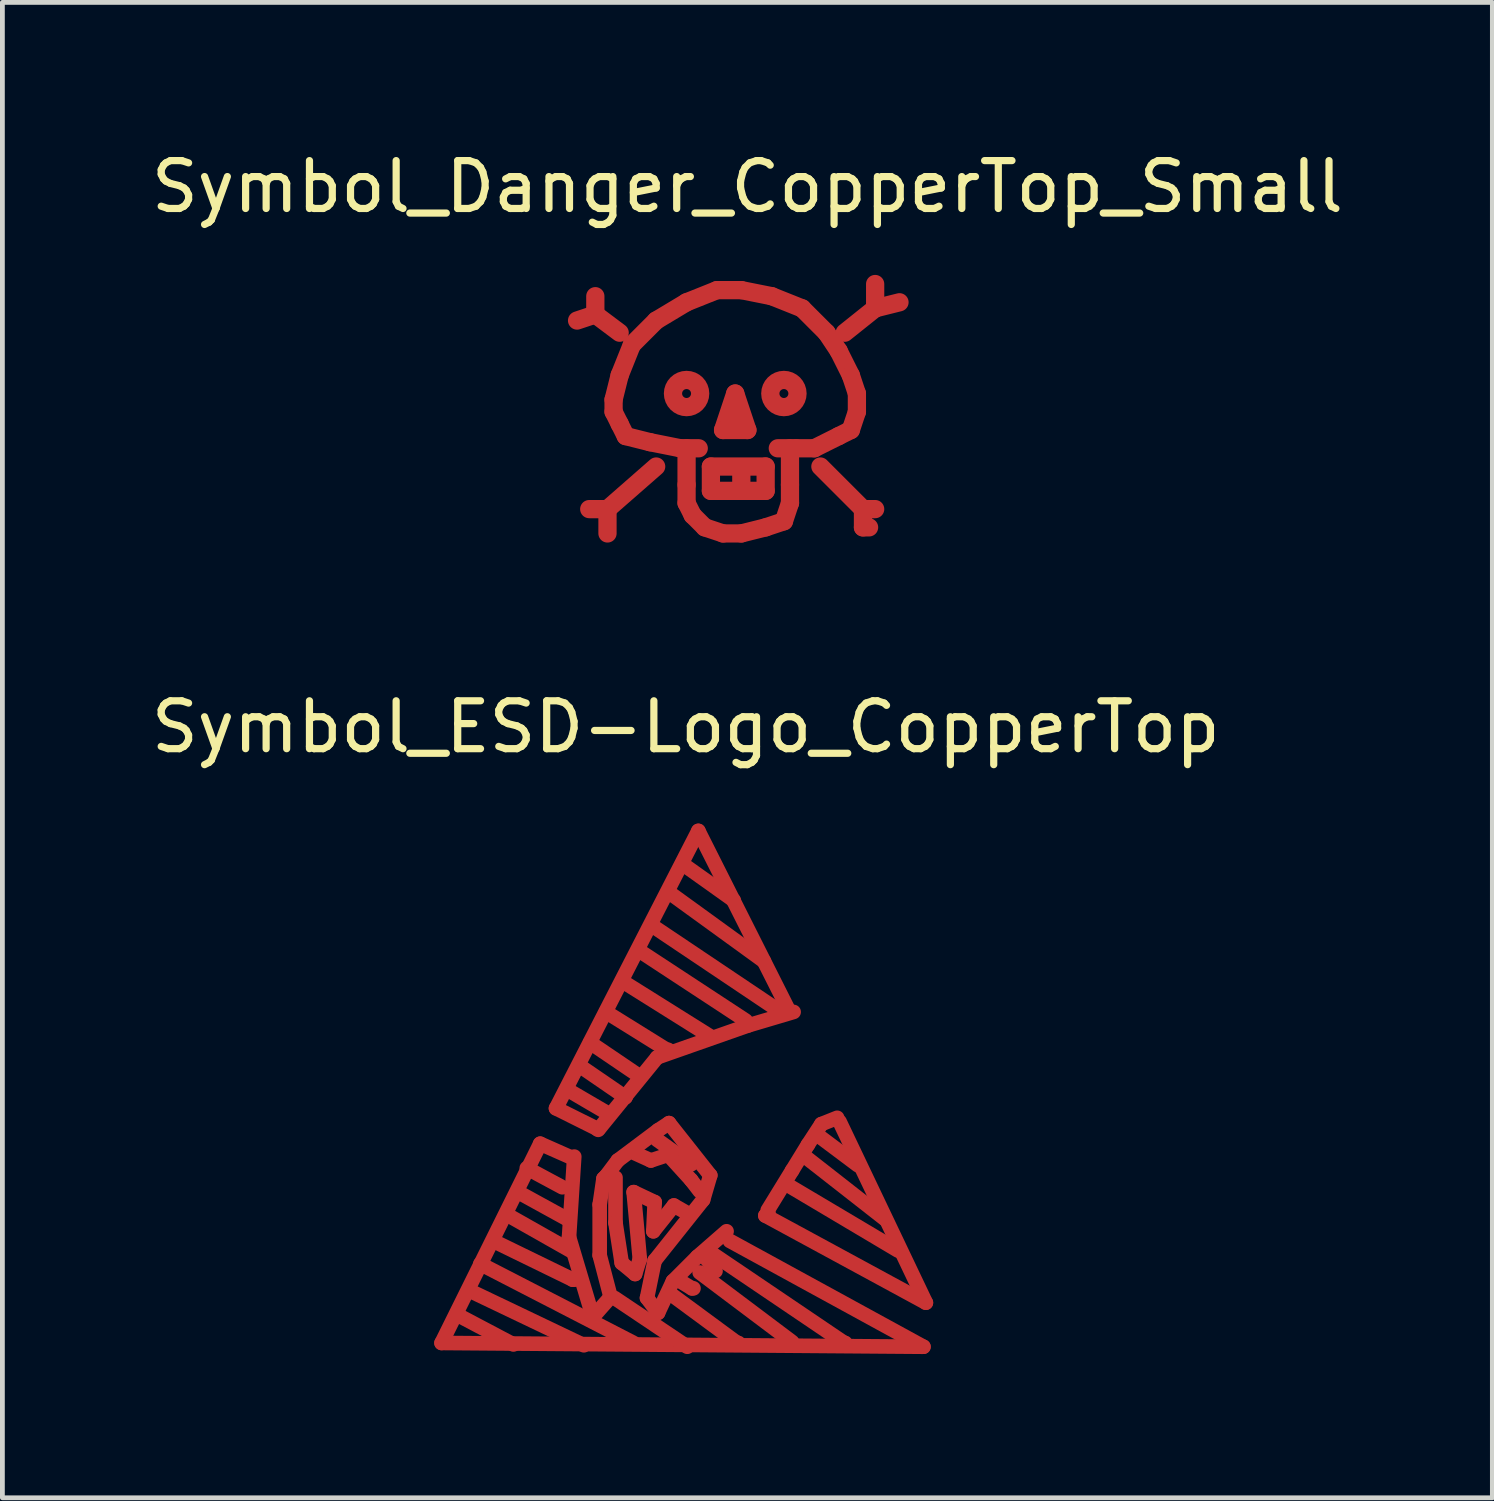
<source format=kicad_pcb>
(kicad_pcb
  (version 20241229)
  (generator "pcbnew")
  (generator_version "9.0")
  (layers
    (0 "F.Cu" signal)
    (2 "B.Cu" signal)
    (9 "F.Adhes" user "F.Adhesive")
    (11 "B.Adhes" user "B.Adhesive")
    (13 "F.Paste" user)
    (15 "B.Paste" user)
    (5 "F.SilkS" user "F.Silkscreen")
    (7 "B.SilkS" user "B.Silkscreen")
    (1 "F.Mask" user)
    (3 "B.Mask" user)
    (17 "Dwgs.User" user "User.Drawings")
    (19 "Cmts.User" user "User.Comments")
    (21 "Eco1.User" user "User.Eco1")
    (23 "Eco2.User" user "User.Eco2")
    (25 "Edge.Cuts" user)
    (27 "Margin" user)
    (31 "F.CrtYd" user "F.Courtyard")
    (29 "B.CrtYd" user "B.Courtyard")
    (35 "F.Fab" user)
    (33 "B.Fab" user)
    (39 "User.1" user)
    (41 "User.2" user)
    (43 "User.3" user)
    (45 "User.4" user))
  (footprint "Symbol_ESD-Logo_CopperTop"
    (layer "F.Cu")
    (at 11.319 21.676)
    (property "Reference" "Symbol_ESD-Logo_CopperTop" (at -0.051 -9.55 0) (layer "F.SilkS") (effects (font (size 1 1) (thickness 0.15))))
    (attr exclude_from_pos_files exclude_from_bom)
    (fp_line (start -5.151 3.312) (end 4.91 3.391) (stroke (width 0.305) (type solid)) (layer "F.Cu"))
    (fp_line (start -4.77 2.751) (end -3.65 3.343) (stroke (width 0.305) (type solid)) (layer "F.Cu"))
    (fp_line (start -4.559 2.223) (end -2.179 3.36) (stroke (width 0.305) (type solid)) (layer "F.Cu"))
    (fp_line (start -4.341 1.661) (end -1.14 3.312) (stroke (width 0.305) (type solid)) (layer "F.Cu"))
    (fp_line (start -4.031 1.201) (end -2.41 1.991) (stroke (width 0.305) (type solid)) (layer "F.Cu"))
    (fp_line (start -3.749 0.653) (end -2.461 1.382) (stroke (width 0.305) (type solid)) (layer "F.Cu"))
    (fp_line (start -3.551 0.163) (end -2.479 0.752) (stroke (width 0.305) (type solid)) (layer "F.Cu"))
    (fp_line (start -3.371 -0.338) (end -2.629 0.061) (stroke (width 0.305) (type solid)) (layer "F.Cu"))
    (fp_line (start -3.091 -0.848) (end -5.151 3.312) (stroke (width 0.305) (type solid)) (layer "F.Cu"))
    (fp_line (start -2.761 -1.587) (end -1.9 -1.158) (stroke (width 0.305) (type solid)) (layer "F.Cu"))
    (fp_line (start -2.51 -1.968) (end -1.689 -1.488) (stroke (width 0.305) (type solid)) (layer "F.Cu"))
    (fp_line (start -2.489 1.102) (end -1.991 2.771) (stroke (width 0.305) (type solid)) (layer "F.Cu"))
    (fp_line (start -2.461 -0.569) (end -3.091 -0.848) (stroke (width 0.305) (type solid)) (layer "F.Cu"))
    (fp_line (start -2.41 1.991) (end -2.38 1.991) (stroke (width 0.305) (type solid)) (layer "F.Cu"))
    (fp_line (start -2.38 -0.579) (end -2.489 1.102) (stroke (width 0.305) (type solid)) (layer "F.Cu"))
    (fp_line (start -2.23 -2.449) (end -1.311 -1.819) (stroke (width 0.305) (type solid)) (layer "F.Cu"))
    (fp_line (start -2.05 -2.959) (end -1.031 -2.268) (stroke (width 0.305) (type solid)) (layer "F.Cu"))
    (fp_line (start -1.991 2.771) (end -1.621 2.352) (stroke (width 0.305) (type solid)) (layer "F.Cu"))
    (fp_line (start -1.9 -1.158) (end -1.869 -1.158) (stroke (width 0.305) (type solid)) (layer "F.Cu"))
    (fp_line (start -1.849 0.422) (end -1.77 -0.119) (stroke (width 0.305) (type solid)) (layer "F.Cu"))
    (fp_line (start -1.849 1.481) (end -1.849 0.422) (stroke (width 0.305) (type solid)) (layer "F.Cu"))
    (fp_line (start -1.77 -0.119) (end -1.72 -0.168) (stroke (width 0.305) (type solid)) (layer "F.Cu"))
    (fp_line (start -1.72 -3.599) (end -0.45 -2.809) (stroke (width 0.305) (type solid)) (layer "F.Cu"))
    (fp_line (start -1.72 -0.168) (end -1.471 -0.498) (stroke (width 0.305) (type solid)) (layer "F.Cu"))
    (fp_line (start -1.621 2.352) (end -1.849 1.481) (stroke (width 0.305) (type solid)) (layer "F.Cu"))
    (fp_line (start -1.539 2.372) (end -0.02 3.391) (stroke (width 0.305) (type solid)) (layer "F.Cu"))
    (fp_line (start -1.519 -0.14) (end -1.519 0.803) (stroke (width 0.305) (type solid)) (layer "F.Cu"))
    (fp_line (start -1.519 0.803) (end -1.389 1.641) (stroke (width 0.305) (type solid)) (layer "F.Cu"))
    (fp_line (start -1.471 -0.498) (end -0.63 -1.128) (stroke (width 0.305) (type solid)) (layer "F.Cu"))
    (fp_line (start -1.389 1.641) (end -1.11 1.872) (stroke (width 0.305) (type solid)) (layer "F.Cu"))
    (fp_line (start -1.359 -4.229) (end 0.46 -3.089) (stroke (width 0.305) (type solid)) (layer "F.Cu"))
    (fp_line (start -1.311 -1.819) (end -1.311 -1.839) (stroke (width 0.305) (type solid)) (layer "F.Cu"))
    (fp_line (start -1.14 0.163) (end -0.701 0.371) (stroke (width 0.305) (type solid)) (layer "F.Cu"))
    (fp_line (start -1.11 -0.648) (end -0.78 -0.498) (stroke (width 0.305) (type solid)) (layer "F.Cu"))
    (fp_line (start -1.11 1.872) (end -1.011 1.562) (stroke (width 0.305) (type solid)) (layer "F.Cu"))
    (fp_line (start -1.011 -4.869) (end 1.199 -3.419) (stroke (width 0.305) (type solid)) (layer "F.Cu"))
    (fp_line (start -1.011 1.562) (end -1.14 0.163) (stroke (width 0.305) (type solid)) (layer "F.Cu"))
    (fp_line (start -0.861 2.372) (end -0.63 2.682) (stroke (width 0.305) (type solid)) (layer "F.Cu"))
    (fp_line (start -0.78 -0.498) (end -0.419 -0.617) (stroke (width 0.305) (type solid)) (layer "F.Cu"))
    (fp_line (start -0.749 -5.397) (end 1.859 -3.647) (stroke (width 0.305) (type solid)) (layer "F.Cu"))
    (fp_line (start -0.729 0.98) (end -0.3 0.442) (stroke (width 0.305) (type solid)) (layer "F.Cu"))
    (fp_line (start -0.701 0.371) (end -0.729 0.98) (stroke (width 0.305) (type solid)) (layer "F.Cu"))
    (fp_line (start -0.701 1.593) (end -0.861 2.372) (stroke (width 0.305) (type solid)) (layer "F.Cu"))
    (fp_line (start -0.65 -2.649) (end -1.88 -1.138) (stroke (width 0.305) (type solid)) (layer "F.Cu"))
    (fp_line (start -0.65 -0.93) (end 0.061 -0.419) (stroke (width 0.305) (type solid)) (layer "F.Cu"))
    (fp_line (start -0.63 -1.128) (end -0.401 -1.278) (stroke (width 0.305) (type solid)) (layer "F.Cu"))
    (fp_line (start -0.63 2.682) (end -0.32 2.022) (stroke (width 0.305) (type solid)) (layer "F.Cu"))
    (fp_line (start -0.45 -2.809) (end -0.419 -2.809) (stroke (width 0.305) (type solid)) (layer "F.Cu"))
    (fp_line (start -0.419 -0.617) (end 0.061 -0.089) (stroke (width 0.305) (type solid)) (layer "F.Cu"))
    (fp_line (start -0.401 -1.278) (end 0.46 -0.188) (stroke (width 0.305) (type solid)) (layer "F.Cu"))
    (fp_line (start -0.351 -6.058) (end 1.58 -4.658) (stroke (width 0.305) (type solid)) (layer "F.Cu"))
    (fp_line (start -0.351 2.301) (end 1.021 3.312) (stroke (width 0.305) (type solid)) (layer "F.Cu"))
    (fp_line (start -0.32 2.022) (end 0.191 1.511) (stroke (width 0.305) (type solid)) (layer "F.Cu"))
    (fp_line (start -0.3 0.442) (end -0.071 0.572) (stroke (width 0.305) (type solid)) (layer "F.Cu"))
    (fp_line (start -0.221 1.991) (end 0.079 2.172) (stroke (width 0.305) (type solid)) (layer "F.Cu"))
    (fp_line (start -0.089 -6.668) (end 0.95 -5.928) (stroke (width 0.305) (type solid)) (layer "F.Cu"))
    (fp_line (start 0.061 -0.089) (end 0.239 0.142) (stroke (width 0.305) (type solid)) (layer "F.Cu"))
    (fp_line (start 0.079 2.172) (end 0.109 2.172) (stroke (width 0.305) (type solid)) (layer "F.Cu"))
    (fp_line (start 0.191 1.511) (end 0.8 0.98) (stroke (width 0.305) (type solid)) (layer "F.Cu"))
    (fp_line (start 0.211 -7.379) (end -2.761 -1.587) (stroke (width 0.305) (type solid)) (layer "F.Cu"))
    (fp_line (start 0.239 1.841) (end 2.169 3.292) (stroke (width 0.305) (type solid)) (layer "F.Cu"))
    (fp_line (start 0.31 0.323) (end -0.701 1.593) (stroke (width 0.305) (type solid)) (layer "F.Cu"))
    (fp_line (start 0.31 1.46) (end 0.569 1.811) (stroke (width 0.305) (type solid)) (layer "F.Cu"))
    (fp_line (start 0.46 -0.188) (end 0.31 0.323) (stroke (width 0.305) (type solid)) (layer "F.Cu"))
    (fp_line (start 0.521 1.46) (end 3.259 3.312) (stroke (width 0.305) (type solid)) (layer "F.Cu"))
    (fp_line (start 1.021 3.312) (end 1.049 3.312) (stroke (width 0.305) (type solid)) (layer "F.Cu"))
    (fp_line (start 1.25 -3.317) (end -0.65 -2.649) (stroke (width 0.305) (type solid)) (layer "F.Cu"))
    (fp_line (start 1.61 0.653) (end 1.679 0.622) (stroke (width 0.305) (type solid)) (layer "F.Cu"))
    (fp_line (start 1.659 0.541) (end 2.169 -0.29) (stroke (width 0.305) (type solid)) (layer "F.Cu"))
    (fp_line (start 2.09 -3.647) (end 0.211 -7.379) (stroke (width 0.305) (type solid)) (layer "F.Cu"))
    (fp_line (start 2.121 0.041) (end 4.379 1.382) (stroke (width 0.305) (type solid)) (layer "F.Cu"))
    (fp_line (start 2.169 -0.29) (end 2.499 -0.828) (stroke (width 0.305) (type solid)) (layer "F.Cu"))
    (fp_line (start 2.2 -3.599) (end 1.25 -3.317) (stroke (width 0.305) (type solid)) (layer "F.Cu"))
    (fp_line (start 2.451 -0.569) (end 4.1 0.721) (stroke (width 0.305) (type solid)) (layer "F.Cu"))
    (fp_line (start 2.499 -0.828) (end 2.779 -1.257) (stroke (width 0.305) (type solid)) (layer "F.Cu"))
    (fp_line (start 2.7 -1.029) (end 3.541 -0.399) (stroke (width 0.305) (type solid)) (layer "F.Cu"))
    (fp_line (start 2.779 -1.257) (end 3.109 -1.389) (stroke (width 0.305) (type solid)) (layer "F.Cu"))
    (fp_line (start 3.16 -1.308) (end 4.961 2.471) (stroke (width 0.305) (type solid)) (layer "F.Cu"))
    (fp_line (start 3.259 3.312) (end 3.279 3.312) (stroke (width 0.305) (type solid)) (layer "F.Cu"))
    (fp_line (start 4.91 3.391) (end 0.869 1.181) (stroke (width 0.305) (type solid)) (layer "F.Cu"))
    (fp_line (start 4.961 2.471) (end 1.61 0.653) (stroke (width 0.305) (type solid)) (layer "F.Cu")))
  (footprint "Symbol_Danger_CopperTop_Small"
    (layer "F.Cu")
    (at 12.3 5.547)
    (property "Reference" "Symbol_Danger_CopperTop_Small" (at 0.254 -4.699 0) (layer "F.SilkS") (effects (font (size 1 1) (thickness 0.15))))
    (attr exclude_from_pos_files exclude_from_bom)
    (fp_line (start -2.921 -2.032) (end -3.302 -1.905) (stroke (width 0.381) (type solid)) (layer "F.Cu"))
    (fp_line (start -2.921 -2.032) (end -2.921 -2.413) (stroke (width 0.381) (type solid)) (layer "F.Cu"))
    (fp_line (start -2.667 2.032) (end -3.048 2.032) (stroke (width 0.381) (type solid)) (layer "F.Cu"))
    (fp_line (start -2.667 2.032) (end -2.667 2.54) (stroke (width 0.381) (type solid)) (layer "F.Cu"))
    (fp_line (start -2.54 -0.254) (end -2.413 -0.762) (stroke (width 0.381) (type solid)) (layer "F.Cu"))
    (fp_line (start -2.54 0) (end -2.54 -0.254) (stroke (width 0.381) (type solid)) (layer "F.Cu"))
    (fp_line (start -2.54 0) (end -2.413 0.254) (stroke (width 0.381) (type solid)) (layer "F.Cu"))
    (fp_line (start -2.413 -1.651) (end -2.921 -2.032) (stroke (width 0.381) (type solid)) (layer "F.Cu"))
    (fp_line (start -2.413 -0.762) (end -2.159 -1.397) (stroke (width 0.381) (type solid)) (layer "F.Cu"))
    (fp_line (start -2.413 0.254) (end -2.286 0.508) (stroke (width 0.381) (type solid)) (layer "F.Cu"))
    (fp_line (start -2.286 0.508) (end -1.778 0.635) (stroke (width 0.381) (type solid)) (layer "F.Cu"))
    (fp_line (start -2.159 -1.397) (end -1.651 -1.905) (stroke (width 0.381) (type solid)) (layer "F.Cu"))
    (fp_line (start -1.778 0.635) (end -1.143 0.762) (stroke (width 0.381) (type solid)) (layer "F.Cu"))
    (fp_line (start -1.651 -1.905) (end -1.016 -2.286) (stroke (width 0.381) (type solid)) (layer "F.Cu"))
    (fp_line (start -1.651 1.143) (end -2.667 2.032) (stroke (width 0.381) (type solid)) (layer "F.Cu"))
    (fp_line (start -1.143 0.762) (end -0.762 0.762) (stroke (width 0.381) (type solid)) (layer "F.Cu"))
    (fp_line (start -1.016 -2.286) (end -0.381 -2.54) (stroke (width 0.381) (type solid)) (layer "F.Cu"))
    (fp_line (start -1.016 1.524) (end -1.016 0.762) (stroke (width 0.381) (type solid)) (layer "F.Cu"))
    (fp_line (start -1.016 1.905) (end -1.016 1.524) (stroke (width 0.381) (type solid)) (layer "F.Cu"))
    (fp_line (start -1.016 1.905) (end -0.889 2.159) (stroke (width 0.381) (type solid)) (layer "F.Cu"))
    (fp_line (start -0.889 2.159) (end -0.635 2.413) (stroke (width 0.381) (type solid)) (layer "F.Cu"))
    (fp_line (start -0.635 2.413) (end -0.254 2.54) (stroke (width 0.381) (type solid)) (layer "F.Cu"))
    (fp_line (start -0.508 1.143) (end 0.635 1.143) (stroke (width 0.381) (type solid)) (layer "F.Cu"))
    (fp_line (start -0.508 1.651) (end -0.508 1.143) (stroke (width 0.381) (type solid)) (layer "F.Cu"))
    (fp_line (start -0.381 -2.54) (end 0.127 -2.54) (stroke (width 0.381) (type solid)) (layer "F.Cu"))
    (fp_line (start -0.254 0.381) (end 0 -0.381) (stroke (width 0.381) (type solid)) (layer "F.Cu"))
    (fp_line (start 0 -0.381) (end 0.254 0.381) (stroke (width 0.381) (type solid)) (layer "F.Cu"))
    (fp_line (start 0.127 -2.54) (end 0.762 -2.413) (stroke (width 0.381) (type solid)) (layer "F.Cu"))
    (fp_line (start 0.127 1.27) (end 0.127 1.524) (stroke (width 0.381) (type solid)) (layer "F.Cu"))
    (fp_line (start 0.127 2.54) (end -0.254 2.54) (stroke (width 0.381) (type solid)) (layer "F.Cu"))
    (fp_line (start 0.254 0.381) (end -0.254 0.381) (stroke (width 0.381) (type solid)) (layer "F.Cu"))
    (fp_line (start 0.635 1.143) (end 0.635 1.651) (stroke (width 0.381) (type solid)) (layer "F.Cu"))
    (fp_line (start 0.635 1.651) (end -0.508 1.651) (stroke (width 0.381) (type solid)) (layer "F.Cu"))
    (fp_line (start 0.635 2.413) (end 0.127 2.54) (stroke (width 0.381) (type solid)) (layer "F.Cu"))
    (fp_line (start 0.762 -2.413) (end 1.397 -2.159) (stroke (width 0.381) (type solid)) (layer "F.Cu"))
    (fp_line (start 1.016 2.286) (end 0.635 2.413) (stroke (width 0.381) (type solid)) (layer "F.Cu"))
    (fp_line (start 1.143 0.762) (end 1.143 1.524) (stroke (width 0.381) (type solid)) (layer "F.Cu"))
    (fp_line (start 1.143 1.524) (end 1.143 1.905) (stroke (width 0.381) (type solid)) (layer "F.Cu"))
    (fp_line (start 1.143 1.905) (end 1.016 2.286) (stroke (width 0.381) (type solid)) (layer "F.Cu"))
    (fp_line (start 1.27 0.762) (end 0.889 0.762) (stroke (width 0.381) (type solid)) (layer "F.Cu"))
    (fp_line (start 1.397 -2.159) (end 1.905 -1.651) (stroke (width 0.381) (type solid)) (layer "F.Cu"))
    (fp_line (start 1.651 0.762) (end 1.27 0.762) (stroke (width 0.381) (type solid)) (layer "F.Cu"))
    (fp_line (start 1.778 1.143) (end 2.667 2.032) (stroke (width 0.381) (type solid)) (layer "F.Cu"))
    (fp_line (start 1.905 -1.651) (end 2.159 -1.27) (stroke (width 0.381) (type solid)) (layer "F.Cu"))
    (fp_line (start 2.159 -1.27) (end 2.413 -0.762) (stroke (width 0.381) (type solid)) (layer "F.Cu"))
    (fp_line (start 2.159 0.508) (end 1.651 0.762) (stroke (width 0.381) (type solid)) (layer "F.Cu"))
    (fp_line (start 2.286 -1.651) (end 2.921 -2.159) (stroke (width 0.381) (type solid)) (layer "F.Cu"))
    (fp_line (start 2.413 -0.762) (end 2.54 -0.381) (stroke (width 0.381) (type solid)) (layer "F.Cu"))
    (fp_line (start 2.413 0.381) (end 2.159 0.508) (stroke (width 0.381) (type solid)) (layer "F.Cu"))
    (fp_line (start 2.54 -0.381) (end 2.54 0) (stroke (width 0.381) (type solid)) (layer "F.Cu"))
    (fp_line (start 2.54 0) (end 2.413 0.381) (stroke (width 0.381) (type solid)) (layer "F.Cu"))
    (fp_line (start 2.667 2.032) (end 2.667 2.413) (stroke (width 0.381) (type solid)) (layer "F.Cu"))
    (fp_line (start 2.667 2.032) (end 2.921 2.032) (stroke (width 0.381) (type solid)) (layer "F.Cu"))
    (fp_line (start 2.667 2.413) (end 2.794 2.413) (stroke (width 0.381) (type solid)) (layer "F.Cu"))
    (fp_line (start 2.921 -2.159) (end 2.921 -2.667) (stroke (width 0.381) (type solid)) (layer "F.Cu"))
    (fp_line (start 2.921 -2.159) (end 3.429 -2.286) (stroke (width 0.381) (type solid)) (layer "F.Cu"))
    (fp_circle (center -1.016 -0.381) (end -1.27 -0.254) (stroke (width 0.381) (type solid)) (fill no) (layer "F.Cu"))
    (fp_circle (center 1.016 -0.381) (end 1.27 -0.254) (stroke (width 0.381) (type solid)) (fill no) (layer "F.Cu")))
  (gr_rect
    (start -3 -3)
    (end 28.107 28.22)
    (stroke (width 0.1) (type default))
    (fill no)
    (layer "Edge.Cuts")))
</source>
